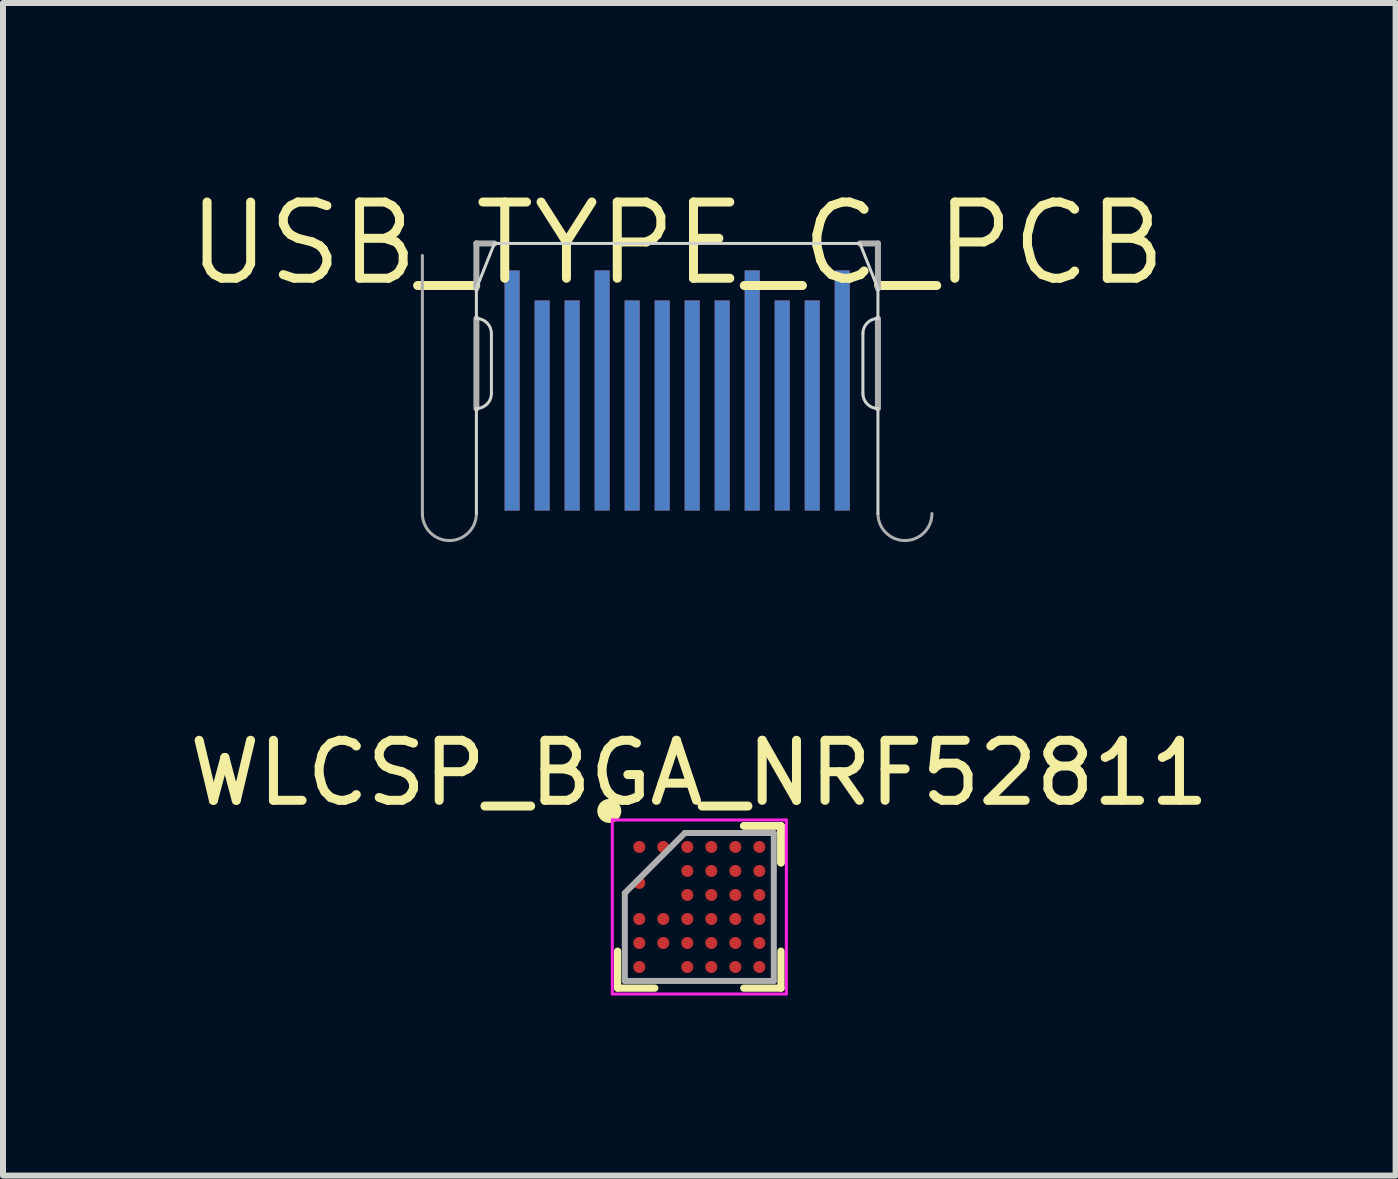
<source format=kicad_pcb>
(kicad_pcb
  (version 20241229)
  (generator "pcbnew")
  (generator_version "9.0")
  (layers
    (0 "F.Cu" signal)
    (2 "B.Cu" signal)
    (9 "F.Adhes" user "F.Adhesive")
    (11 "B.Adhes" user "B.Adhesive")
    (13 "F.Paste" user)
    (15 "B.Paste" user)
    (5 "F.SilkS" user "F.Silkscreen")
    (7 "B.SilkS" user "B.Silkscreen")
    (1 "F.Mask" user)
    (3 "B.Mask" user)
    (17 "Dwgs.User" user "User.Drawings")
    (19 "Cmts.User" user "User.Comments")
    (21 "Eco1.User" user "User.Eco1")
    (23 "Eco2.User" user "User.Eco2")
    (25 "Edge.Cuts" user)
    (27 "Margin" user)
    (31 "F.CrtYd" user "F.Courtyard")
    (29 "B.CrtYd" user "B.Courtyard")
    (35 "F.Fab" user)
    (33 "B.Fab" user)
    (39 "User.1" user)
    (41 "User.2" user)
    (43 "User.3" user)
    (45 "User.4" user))
  (footprint "WLCSP_BGA_NRF52811"
    (layer "F.Cu")
    (at 8.601 12.061)
    (property "Reference" "WLCSP_BGA_NRF52811" (at 0 -2.232 0) (layer "F.SilkS") (effects (font (size 1 1) (thickness 0.15))))
    (attr smd)
    (fp_line (start -1.361 1.352) (end -1.361 0.736) (stroke (width 0.12) (type solid)) (layer "F.SilkS"))
    (fp_line (start -0.741 1.352) (end -1.361 1.352) (stroke (width 0.12) (type solid)) (layer "F.SilkS"))
    (fp_line (start 0.741 -1.352) (end 1.361 -1.352) (stroke (width 0.12) (type solid)) (layer "F.SilkS"))
    (fp_line (start 0.741 -1.352) (end 1.361 -1.352) (stroke (width 0.12) (type solid)) (layer "F.SilkS"))
    (fp_line (start 0.741 -1.352) (end 1.361 -1.352) (stroke (width 0.12) (type solid)) (layer "F.SilkS"))
    (fp_line (start 0.741 1.352) (end 1.361 1.352) (stroke (width 0.12) (type solid)) (layer "F.SilkS"))
    (fp_line (start 1.361 -1.352) (end 1.361 -0.736) (stroke (width 0.12) (type solid)) (layer "F.SilkS"))
    (fp_line (start 1.361 -1.352) (end 1.361 -0.736) (stroke (width 0.12) (type solid)) (layer "F.SilkS"))
    (fp_line (start 1.361 -1.352) (end 1.361 -0.736) (stroke (width 0.12) (type solid)) (layer "F.SilkS"))
    (fp_line (start 1.361 1.352) (end 1.361 0.736) (stroke (width 0.12) (type solid)) (layer "F.SilkS"))
    (fp_circle (center -1.5 -1.6) (end -1.5 -1.5) (stroke (width 0.2) (type solid)) (fill no) (layer "F.SilkS"))
    (fp_line (start -1.45 -1.45) (end 1.45 -1.45) (stroke (width 0.05) (type solid)) (layer "F.CrtYd"))
    (fp_line (start -1.45 1.45) (end -1.45 -1.45) (stroke (width 0.05) (type solid)) (layer "F.CrtYd"))
    (fp_line (start 1.45 -1.45) (end 1.45 1.45) (stroke (width 0.05) (type solid)) (layer "F.CrtYd"))
    (fp_line (start 1.45 1.45) (end -1.45 1.45) (stroke (width 0.05) (type solid)) (layer "F.CrtYd"))
    (fp_line (start -1.241 -0.232) (end -1.241 1.232) (stroke (width 0.1) (type solid)) (layer "F.Fab"))
    (fp_line (start -1.241 1.232) (end 1.241 1.232) (stroke (width 0.1) (type solid)) (layer "F.Fab"))
    (fp_line (start -0.241 -1.232) (end -1.241 -0.232) (stroke (width 0.1) (type solid)) (layer "F.Fab"))
    (fp_line (start 1.241 -1.232) (end -0.241 -1.232) (stroke (width 0.1) (type solid)) (layer "F.Fab"))
    (fp_line (start 1.241 1.232) (end 1.241 -1.232) (stroke (width 0.1) (type solid)) (layer "F.Fab"))
    (pad "A1" smd circle (at -1 -1) (size 0.2 0.2) (layers "F.Cu" "F.Mask" "F.Paste"))
    (pad "A2" smd circle (at -0.6 -1) (size 0.2 0.2) (layers "F.Cu" "F.Mask" "F.Paste"))
    (pad "A3" smd circle (at -0.2 -1) (size 0.2 0.2) (layers "F.Cu" "F.Mask" "F.Paste"))
    (pad "A4" smd circle (at 0.2 -1) (size 0.2 0.2) (layers "F.Cu" "F.Mask" "F.Paste"))
    (pad "A5" smd circle (at 0.6 -1) (size 0.2 0.2) (layers "F.Cu" "F.Mask" "F.Paste"))
    (pad "A6" smd circle (at 1 -1) (size 0.2 0.2) (layers "F.Cu" "F.Mask" "F.Paste"))
    (pad "B3" smd circle (at -0.2 -0.6) (size 0.2 0.2) (layers "F.Cu" "F.Mask" "F.Paste"))
    (pad "B4" smd circle (at 0.2 -0.6) (size 0.2 0.2) (layers "F.Cu" "F.Mask" "F.Paste"))
    (pad "B5" smd circle (at 0.6 -0.6) (size 0.2 0.2) (layers "F.Cu" "F.Mask" "F.Paste"))
    (pad "B6" smd circle (at 1 -0.6) (size 0.2 0.2) (layers "F.Cu" "F.Mask" "F.Paste"))
    (pad "C1" smd circle (at -1 -0.4) (size 0.2 0.2) (layers "F.Cu" "F.Mask" "F.Paste"))
    (pad "D3" smd circle (at -0.2 -0.2) (size 0.2 0.2) (layers "F.Cu" "F.Mask" "F.Paste"))
    (pad "D4" smd circle (at 0.2 -0.2) (size 0.2 0.2) (layers "F.Cu" "F.Mask" "F.Paste"))
    (pad "D5" smd circle (at 0.6 -0.2) (size 0.2 0.2) (layers "F.Cu" "F.Mask" "F.Paste"))
    (pad "D6" smd circle (at 1 -0.2) (size 0.2 0.2) (layers "F.Cu" "F.Mask" "F.Paste"))
    (pad "E1" smd circle (at -1 0.2) (size 0.2 0.2) (layers "F.Cu" "F.Mask" "F.Paste"))
    (pad "E2" smd circle (at -0.6 0.2) (size 0.2 0.2) (layers "F.Cu" "F.Mask" "F.Paste"))
    (pad "E3" smd circle (at -0.2 0.2) (size 0.2 0.2) (layers "F.Cu" "F.Mask" "F.Paste"))
    (pad "E4" smd circle (at 0.2 0.2) (size 0.2 0.2) (layers "F.Cu" "F.Mask" "F.Paste"))
    (pad "E5" smd circle (at 0.6 0.2) (size 0.2 0.2) (layers "F.Cu" "F.Mask" "F.Paste"))
    (pad "E6" smd circle (at 1 0.2) (size 0.2 0.2) (layers "F.Cu" "F.Mask" "F.Paste"))
    (pad "F1" smd circle (at -1 0.6) (size 0.2 0.2) (layers "F.Cu" "F.Mask" "F.Paste"))
    (pad "F2" smd circle (at -0.6 0.6) (size 0.2 0.2) (layers "F.Cu" "F.Mask" "F.Paste"))
    (pad "F3" smd circle (at -0.2 0.6) (size 0.2 0.2) (layers "F.Cu" "F.Mask" "F.Paste"))
    (pad "F4" smd circle (at 0.2 0.6) (size 0.2 0.2) (layers "F.Cu" "F.Mask" "F.Paste"))
    (pad "F5" smd circle (at 0.6 0.6) (size 0.2 0.2) (layers "F.Cu" "F.Mask" "F.Paste"))
    (pad "F6" smd circle (at 1 0.6) (size 0.2 0.2) (layers "F.Cu" "F.Mask" "F.Paste"))
    (pad "G1" smd circle (at -1 1) (size 0.2 0.2) (layers "F.Cu" "F.Mask" "F.Paste"))
    (pad "G3" smd circle (at -0.2 1) (size 0.2 0.2) (layers "F.Cu" "F.Mask" "F.Paste"))
    (pad "G4" smd circle (at 0.2 1) (size 0.2 0.2) (layers "F.Cu" "F.Mask" "F.Paste"))
    (pad "G5" smd circle (at 0.6 1) (size 0.2 0.2) (layers "F.Cu" "F.Mask" "F.Paste"))
    (pad "G6" smd circle (at 1 1) (size 0.2 0.2) (layers "F.Cu" "F.Mask" "F.Paste")))
  (footprint "USB_TYPE_C_PCB"
    (layer "F.Cu")
    (at 8.232 1.006)
    (property "Reference" "USB_TYPE_C_PCB" (at 0 0 0) (layer "F.SilkS") (effects (font (size 1.27 1.27) (thickness 0.15))))
    (fp_line (start -3.345 0.75) (end -3.345 1.25) (stroke (width 0.05) (type solid)) (layer "Edge.Cuts"))
    (fp_line (start -3.345 2.75) (end -3.345 4.5) (stroke (width 0.05) (type solid)) (layer "Edge.Cuts"))
    (fp_line (start -3.095 1.5) (end -3.095 2.5) (stroke (width 0.05) (type solid)) (layer "Edge.Cuts"))
    (fp_line (start -3.045 0) (end -3.345 0.75) (stroke (width 0.05) (type solid)) (layer "Edge.Cuts"))
    (fp_line (start -3.045 0) (end 3.045 0) (stroke (width 0.05) (type solid)) (layer "Edge.Cuts"))
    (fp_line (start 3.045 0) (end 3.345 0.75) (stroke (width 0.05) (type solid)) (layer "Edge.Cuts"))
    (fp_line (start 3.095 1.5) (end 3.095 2.5) (stroke (width 0.05) (type solid)) (layer "Edge.Cuts"))
    (fp_line (start 3.345 0.75) (end 3.345 1.25) (stroke (width 0.05) (type solid)) (layer "Edge.Cuts"))
    (fp_line (start 3.345 2.8) (end 3.345 4.5) (stroke (width 0.05) (type solid)) (layer "Edge.Cuts"))
    (fp_arc (start -3.345 1.25) (mid -3.168223 1.323223) (end -3.095 1.5) (stroke (width 0.05) (type solid)) (layer "Edge.Cuts"))
    (fp_arc (start -3.095 2.5) (mid -3.168223 2.676777) (end -3.345 2.75) (stroke (width 0.05) (type solid)) (layer "Edge.Cuts"))
    (fp_arc (start 3.095 1.5) (mid 3.168223 1.323223) (end 3.345 1.25) (stroke (width 0.05) (type solid)) (layer "Edge.Cuts"))
    (fp_arc (start 3.345 2.75) (mid 3.168223 2.676777) (end 3.095 2.5) (stroke (width 0.05) (type solid)) (layer "Edge.Cuts"))
    (fp_line (start -4.245 0.2) (end -4.245 4.5) (stroke (width 0.05) (type solid)) (layer "F.Fab"))
    (fp_line (start -3.345 0) (end -3.345 0.75) (stroke (width 0.1) (type solid)) (layer "F.Fab"))
    (fp_line (start -3.345 0) (end -3.045 0) (stroke (width 0.1) (type solid)) (layer "F.Fab"))
    (fp_line (start -3.345 1.25) (end -3.345 2.75) (stroke (width 0.1) (type solid)) (layer "F.Fab"))
    (fp_line (start 3.045 0) (end 3.345 0) (stroke (width 0.1) (type solid)) (layer "F.Fab"))
    (fp_line (start 3.345 0) (end 3.345 0.75) (stroke (width 0.1) (type solid)) (layer "F.Fab"))
    (fp_line (start 3.345 1.25) (end 3.345 2.75) (stroke (width 0.1) (type solid)) (layer "F.Fab"))
    (fp_arc (start -3.345 4.5) (mid -3.795 4.95) (end -4.245 4.5) (stroke (width 0.05) (type solid)) (layer "F.Fab"))
    (fp_arc (start 4.245 4.5) (mid 3.795 4.95) (end 3.345 4.5) (stroke (width 0.05) (type solid)) (layer "F.Fab"))
    (pad "A1" smd rect (at 2.75 2.45 90) (size 4 0.25) (layers "F.Cu" "F.Mask" "F.Paste"))
    (pad "A2" smd rect (at 2.25 2.7 90) (size 3.5 0.25) (layers "F.Cu" "F.Mask" "F.Paste"))
    (pad "A3" smd rect (at 1.75 2.7 90) (size 3.5 0.25) (layers "F.Cu" "F.Mask" "F.Paste"))
    (pad "A4" smd rect (at 1.25 2.45 90) (size 4 0.25) (layers "F.Cu" "F.Mask" "F.Paste"))
    (pad "A5" smd rect (at 0.75 2.7 90) (size 3.5 0.25) (layers "F.Cu" "F.Mask" "F.Paste"))
    (pad "A6" smd rect (at 0.25 2.7 90) (size 3.5 0.25) (layers "F.Cu" "F.Mask" "F.Paste"))
    (pad "A7" smd rect (at -0.25 2.7 90) (size 3.5 0.25) (layers "F.Cu" "F.Mask" "F.Paste"))
    (pad "A8" smd rect (at -0.75 2.7 90) (size 3.5 0.25) (layers "F.Cu" "F.Mask" "F.Paste"))
    (pad "A9" smd rect (at -1.25 2.45 90) (size 4 0.25) (layers "F.Cu" "F.Mask" "F.Paste"))
    (pad "A10" smd rect (at -1.75 2.7 90) (size 3.5 0.25) (layers "F.Cu" "F.Mask" "F.Paste"))
    (pad "A11" smd rect (at -2.25 2.7 90) (size 3.5 0.25) (layers "F.Cu" "F.Mask" "F.Paste"))
    (pad "A12" smd rect (at -2.75 2.45 90) (size 4 0.25) (layers "F.Cu" "F.Mask" "F.Paste"))
    (pad "B1" smd rect (at -2.75 2.45 90) (size 4 0.25) (layers "B.Cu" "B.Mask" "B.Paste"))
    (pad "B2" smd rect (at -2.25 2.7 90) (size 3.5 0.25) (layers "B.Cu" "B.Mask" "B.Paste"))
    (pad "B3" smd rect (at -1.75 2.7 90) (size 3.5 0.25) (layers "B.Cu" "B.Mask" "B.Paste"))
    (pad "B4" smd rect (at -1.25 2.45 90) (size 4 0.25) (layers "B.Cu" "B.Mask" "B.Paste"))
    (pad "B5" smd rect (at -0.75 2.7 90) (size 3.5 0.25) (layers "B.Cu" "B.Mask" "B.Paste"))
    (pad "B6" smd rect (at -0.25 2.7 90) (size 3.5 0.25) (layers "B.Cu" "B.Mask" "B.Paste"))
    (pad "B7" smd rect (at 0.25 2.7 90) (size 3.5 0.25) (layers "B.Cu" "B.Mask" "B.Paste"))
    (pad "B8" smd rect (at 0.75 2.7 90) (size 3.5 0.25) (layers "B.Cu" "B.Mask" "B.Paste"))
    (pad "B9" smd rect (at 1.25 2.45 90) (size 4 0.25) (layers "B.Cu" "B.Mask" "B.Paste"))
    (pad "B10" smd rect (at 1.75 2.7 90) (size 3.5 0.25) (layers "B.Cu" "B.Mask" "B.Paste"))
    (pad "B11" smd rect (at 2.25 2.7 90) (size 3.5 0.25) (layers "B.Cu" "B.Mask" "B.Paste"))
    (pad "B12" smd rect (at 2.75 2.45 90) (size 4 0.25) (layers "B.Cu" "B.Mask" "B.Paste")))
  (gr_rect
    (start -3 -3)
    (end 20.202 16.536)
    (stroke (width 0.1) (type default))
    (fill no)
    (layer "Edge.Cuts")))
</source>
